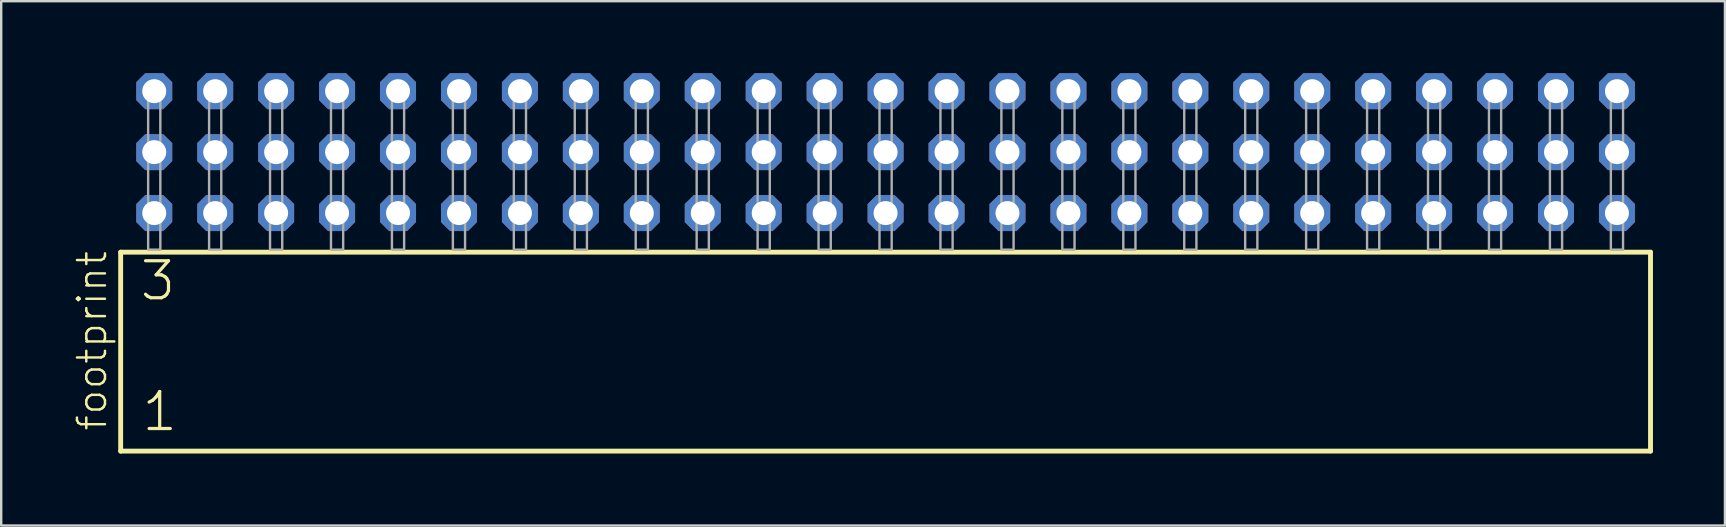
<source format=kicad_pcb>
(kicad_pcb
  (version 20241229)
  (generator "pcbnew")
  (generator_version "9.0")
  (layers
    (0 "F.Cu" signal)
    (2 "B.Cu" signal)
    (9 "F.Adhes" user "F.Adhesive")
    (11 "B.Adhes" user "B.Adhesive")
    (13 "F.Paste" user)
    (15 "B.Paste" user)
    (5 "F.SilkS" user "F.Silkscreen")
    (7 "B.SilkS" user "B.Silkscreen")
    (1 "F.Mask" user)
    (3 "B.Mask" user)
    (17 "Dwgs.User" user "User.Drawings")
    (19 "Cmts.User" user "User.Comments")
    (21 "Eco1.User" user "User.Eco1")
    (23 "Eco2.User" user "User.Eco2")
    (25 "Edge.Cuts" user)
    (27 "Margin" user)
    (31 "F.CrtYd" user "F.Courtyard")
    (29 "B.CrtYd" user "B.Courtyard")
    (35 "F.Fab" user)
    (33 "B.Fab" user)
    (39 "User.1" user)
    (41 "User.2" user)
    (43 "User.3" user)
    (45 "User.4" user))
  (footprint "footprint"
    (layer "F.Cu")
    (at 33.858 7.354)
    (property "Reference" "footprint" (at -32.385 7.62 90) (layer "F.SilkS") (effects (font (size 1.168 1.168) (thickness 0.102)) (justify left bottom)))
    (fp_line (start -31.879 0.106) (end -31.879 8.396) (stroke (width 0.203) (type solid)) (layer "F.SilkS"))
    (fp_line (start -31.879 8.396) (end 31.879 8.396) (stroke (width 0.203) (type solid)) (layer "F.SilkS"))
    (fp_line (start 31.879 0.106) (end -31.879 0.106) (stroke (width 0.203) (type solid)) (layer "F.SilkS"))
    (fp_line (start 31.879 8.396) (end 31.879 0.106) (stroke (width 0.203) (type solid)) (layer "F.SilkS"))
    (fp_poly (pts (xy -30.734 0) (xy -30.226 0) (xy -30.226 -6.858) (xy -30.734 -6.858)) (stroke (width 0.1) (type solid)) (fill no) (layer "F.Fab"))
    (fp_poly (pts (xy -28.194 0) (xy -27.686 0) (xy -27.686 -6.858) (xy -28.194 -6.858)) (stroke (width 0.1) (type solid)) (fill no) (layer "F.Fab"))
    (fp_poly (pts (xy -25.654 0) (xy -25.146 0) (xy -25.146 -6.858) (xy -25.654 -6.858)) (stroke (width 0.1) (type solid)) (fill no) (layer "F.Fab"))
    (fp_poly (pts (xy -23.114 0) (xy -22.606 0) (xy -22.606 -6.858) (xy -23.114 -6.858)) (stroke (width 0.1) (type solid)) (fill no) (layer "F.Fab"))
    (fp_poly (pts (xy -20.574 0) (xy -20.066 0) (xy -20.066 -6.858) (xy -20.574 -6.858)) (stroke (width 0.1) (type solid)) (fill no) (layer "F.Fab"))
    (fp_poly (pts (xy -18.034 0) (xy -17.526 0) (xy -17.526 -6.858) (xy -18.034 -6.858)) (stroke (width 0.1) (type solid)) (fill no) (layer "F.Fab"))
    (fp_poly (pts (xy -15.494 0) (xy -14.986 0) (xy -14.986 -6.858) (xy -15.494 -6.858)) (stroke (width 0.1) (type solid)) (fill no) (layer "F.Fab"))
    (fp_poly (pts (xy -12.954 0) (xy -12.446 0) (xy -12.446 -6.858) (xy -12.954 -6.858)) (stroke (width 0.1) (type solid)) (fill no) (layer "F.Fab"))
    (fp_poly (pts (xy -10.414 0) (xy -9.906 0) (xy -9.906 -6.858) (xy -10.414 -6.858)) (stroke (width 0.1) (type solid)) (fill no) (layer "F.Fab"))
    (fp_poly (pts (xy -7.874 0) (xy -7.366 0) (xy -7.366 -6.858) (xy -7.874 -6.858)) (stroke (width 0.1) (type solid)) (fill no) (layer "F.Fab"))
    (fp_poly (pts (xy -5.334 0) (xy -4.826 0) (xy -4.826 -6.858) (xy -5.334 -6.858)) (stroke (width 0.1) (type solid)) (fill no) (layer "F.Fab"))
    (fp_poly (pts (xy -2.794 0) (xy -2.286 0) (xy -2.286 -6.858) (xy -2.794 -6.858)) (stroke (width 0.1) (type solid)) (fill no) (layer "F.Fab"))
    (fp_poly (pts (xy -0.254 0) (xy 0.254 0) (xy 0.254 -6.858) (xy -0.254 -6.858)) (stroke (width 0.1) (type solid)) (fill no) (layer "F.Fab"))
    (fp_poly (pts (xy 2.286 0) (xy 2.794 0) (xy 2.794 -6.858) (xy 2.286 -6.858)) (stroke (width 0.1) (type solid)) (fill no) (layer "F.Fab"))
    (fp_poly (pts (xy 4.826 0) (xy 5.334 0) (xy 5.334 -6.858) (xy 4.826 -6.858)) (stroke (width 0.1) (type solid)) (fill no) (layer "F.Fab"))
    (fp_poly (pts (xy 7.366 0) (xy 7.874 0) (xy 7.874 -6.858) (xy 7.366 -6.858)) (stroke (width 0.1) (type solid)) (fill no) (layer "F.Fab"))
    (fp_poly (pts (xy 9.906 0) (xy 10.414 0) (xy 10.414 -6.858) (xy 9.906 -6.858)) (stroke (width 0.1) (type solid)) (fill no) (layer "F.Fab"))
    (fp_poly (pts (xy 12.446 0) (xy 12.954 0) (xy 12.954 -6.858) (xy 12.446 -6.858)) (stroke (width 0.1) (type solid)) (fill no) (layer "F.Fab"))
    (fp_poly (pts (xy 14.986 0) (xy 15.494 0) (xy 15.494 -6.858) (xy 14.986 -6.858)) (stroke (width 0.1) (type solid)) (fill no) (layer "F.Fab"))
    (fp_poly (pts (xy 17.526 0) (xy 18.034 0) (xy 18.034 -6.858) (xy 17.526 -6.858)) (stroke (width 0.1) (type solid)) (fill no) (layer "F.Fab"))
    (fp_poly (pts (xy 20.066 0) (xy 20.574 0) (xy 20.574 -6.858) (xy 20.066 -6.858)) (stroke (width 0.1) (type solid)) (fill no) (layer "F.Fab"))
    (fp_poly (pts (xy 22.606 0) (xy 23.114 0) (xy 23.114 -6.858) (xy 22.606 -6.858)) (stroke (width 0.1) (type solid)) (fill no) (layer "F.Fab"))
    (fp_poly (pts (xy 25.146 0) (xy 25.654 0) (xy 25.654 -6.858) (xy 25.146 -6.858)) (stroke (width 0.1) (type solid)) (fill no) (layer "F.Fab"))
    (fp_poly (pts (xy 27.686 0) (xy 28.194 0) (xy 28.194 -6.858) (xy 27.686 -6.858)) (stroke (width 0.1) (type solid)) (fill no) (layer "F.Fab"))
    (fp_poly (pts (xy 30.226 0) (xy 30.734 0) (xy 30.734 -6.858) (xy 30.226 -6.858)) (stroke (width 0.1) (type solid)) (fill no) (layer "F.Fab"))
    (fp_text user "1" (at -31.075 7.65 0) (layer "F.SilkS") (effects (font (size 1.542 1.542) (thickness 0.134)) (justify left bottom)))
    (fp_text user "3" (at -31.15 2.2 0) (layer "F.SilkS") (effects (font (size 1.542 1.542) (thickness 0.134)) (justify left bottom)))
    (pad "1" thru_hole roundrect (at -30.48 -1.524) (size 1.5 1.5) (drill 1) (layers "*.Cu" "*.Mask") (roundrect_rratio 0.25) (chamfer_ratio 0.25) (chamfer top_left top_right bottom_left bottom_right))
    (pad "2" thru_hole roundrect (at -30.48 -4.064) (size 1.5 1.5) (drill 1) (layers "*.Cu" "*.Mask") (roundrect_rratio 0.25) (chamfer_ratio 0.25) (chamfer top_left top_right bottom_left bottom_right))
    (pad "3" thru_hole roundrect (at -30.48 -6.604) (size 1.5 1.5) (drill 1) (layers "*.Cu" "*.Mask") (roundrect_rratio 0.25) (chamfer_ratio 0.25) (chamfer top_left top_right bottom_left bottom_right))
    (pad "4" thru_hole roundrect (at -27.94 -1.524) (size 1.5 1.5) (drill 1) (layers "*.Cu" "*.Mask") (roundrect_rratio 0.25) (chamfer_ratio 0.25) (chamfer top_left top_right bottom_left bottom_right))
    (pad "5" thru_hole roundrect (at -27.94 -4.064) (size 1.5 1.5) (drill 1) (layers "*.Cu" "*.Mask") (roundrect_rratio 0.25) (chamfer_ratio 0.25) (chamfer top_left top_right bottom_left bottom_right))
    (pad "6" thru_hole roundrect (at -27.94 -6.604) (size 1.5 1.5) (drill 1) (layers "*.Cu" "*.Mask") (roundrect_rratio 0.25) (chamfer_ratio 0.25) (chamfer top_left top_right bottom_left bottom_right))
    (pad "7" thru_hole roundrect (at -25.4 -1.524) (size 1.5 1.5) (drill 1) (layers "*.Cu" "*.Mask") (roundrect_rratio 0.25) (chamfer_ratio 0.25) (chamfer top_left top_right bottom_left bottom_right))
    (pad "8" thru_hole roundrect (at -25.4 -4.064) (size 1.5 1.5) (drill 1) (layers "*.Cu" "*.Mask") (roundrect_rratio 0.25) (chamfer_ratio 0.25) (chamfer top_left top_right bottom_left bottom_right))
    (pad "9" thru_hole roundrect (at -25.4 -6.604) (size 1.5 1.5) (drill 1) (layers "*.Cu" "*.Mask") (roundrect_rratio 0.25) (chamfer_ratio 0.25) (chamfer top_left top_right bottom_left bottom_right))
    (pad "10" thru_hole roundrect (at -22.86 -1.524) (size 1.5 1.5) (drill 1) (layers "*.Cu" "*.Mask") (roundrect_rratio 0.25) (chamfer_ratio 0.25) (chamfer top_left top_right bottom_left bottom_right))
    (pad "11" thru_hole roundrect (at -22.86 -4.064) (size 1.5 1.5) (drill 1) (layers "*.Cu" "*.Mask") (roundrect_rratio 0.25) (chamfer_ratio 0.25) (chamfer top_left top_right bottom_left bottom_right))
    (pad "12" thru_hole roundrect (at -22.86 -6.604) (size 1.5 1.5) (drill 1) (layers "*.Cu" "*.Mask") (roundrect_rratio 0.25) (chamfer_ratio 0.25) (chamfer top_left top_right bottom_left bottom_right))
    (pad "13" thru_hole roundrect (at -20.32 -1.524) (size 1.5 1.5) (drill 1) (layers "*.Cu" "*.Mask") (roundrect_rratio 0.25) (chamfer_ratio 0.25) (chamfer top_left top_right bottom_left bottom_right))
    (pad "14" thru_hole roundrect (at -20.32 -4.064) (size 1.5 1.5) (drill 1) (layers "*.Cu" "*.Mask") (roundrect_rratio 0.25) (chamfer_ratio 0.25) (chamfer top_left top_right bottom_left bottom_right))
    (pad "15" thru_hole roundrect (at -20.32 -6.604) (size 1.5 1.5) (drill 1) (layers "*.Cu" "*.Mask") (roundrect_rratio 0.25) (chamfer_ratio 0.25) (chamfer top_left top_right bottom_left bottom_right))
    (pad "16" thru_hole roundrect (at -17.78 -1.524) (size 1.5 1.5) (drill 1) (layers "*.Cu" "*.Mask") (roundrect_rratio 0.25) (chamfer_ratio 0.25) (chamfer top_left top_right bottom_left bottom_right))
    (pad "17" thru_hole roundrect (at -17.78 -4.064) (size 1.5 1.5) (drill 1) (layers "*.Cu" "*.Mask") (roundrect_rratio 0.25) (chamfer_ratio 0.25) (chamfer top_left top_right bottom_left bottom_right))
    (pad "18" thru_hole roundrect (at -17.78 -6.604) (size 1.5 1.5) (drill 1) (layers "*.Cu" "*.Mask") (roundrect_rratio 0.25) (chamfer_ratio 0.25) (chamfer top_left top_right bottom_left bottom_right))
    (pad "19" thru_hole roundrect (at -15.24 -1.524) (size 1.5 1.5) (drill 1) (layers "*.Cu" "*.Mask") (roundrect_rratio 0.25) (chamfer_ratio 0.25) (chamfer top_left top_right bottom_left bottom_right))
    (pad "20" thru_hole roundrect (at -15.24 -4.064) (size 1.5 1.5) (drill 1) (layers "*.Cu" "*.Mask") (roundrect_rratio 0.25) (chamfer_ratio 0.25) (chamfer top_left top_right bottom_left bottom_right))
    (pad "21" thru_hole roundrect (at -15.24 -6.604) (size 1.5 1.5) (drill 1) (layers "*.Cu" "*.Mask") (roundrect_rratio 0.25) (chamfer_ratio 0.25) (chamfer top_left top_right bottom_left bottom_right))
    (pad "22" thru_hole roundrect (at -12.7 -1.524) (size 1.5 1.5) (drill 1) (layers "*.Cu" "*.Mask") (roundrect_rratio 0.25) (chamfer_ratio 0.25) (chamfer top_left top_right bottom_left bottom_right))
    (pad "23" thru_hole roundrect (at -12.7 -4.064) (size 1.5 1.5) (drill 1) (layers "*.Cu" "*.Mask") (roundrect_rratio 0.25) (chamfer_ratio 0.25) (chamfer top_left top_right bottom_left bottom_right))
    (pad "24" thru_hole roundrect (at -12.7 -6.604) (size 1.5 1.5) (drill 1) (layers "*.Cu" "*.Mask") (roundrect_rratio 0.25) (chamfer_ratio 0.25) (chamfer top_left top_right bottom_left bottom_right))
    (pad "25" thru_hole roundrect (at -10.16 -1.524) (size 1.5 1.5) (drill 1) (layers "*.Cu" "*.Mask") (roundrect_rratio 0.25) (chamfer_ratio 0.25) (chamfer top_left top_right bottom_left bottom_right))
    (pad "26" thru_hole roundrect (at -10.16 -4.064) (size 1.5 1.5) (drill 1) (layers "*.Cu" "*.Mask") (roundrect_rratio 0.25) (chamfer_ratio 0.25) (chamfer top_left top_right bottom_left bottom_right))
    (pad "27" thru_hole roundrect (at -10.16 -6.604) (size 1.5 1.5) (drill 1) (layers "*.Cu" "*.Mask") (roundrect_rratio 0.25) (chamfer_ratio 0.25) (chamfer top_left top_right bottom_left bottom_right))
    (pad "28" thru_hole roundrect (at -7.62 -1.524) (size 1.5 1.5) (drill 1) (layers "*.Cu" "*.Mask") (roundrect_rratio 0.25) (chamfer_ratio 0.25) (chamfer top_left top_right bottom_left bottom_right))
    (pad "29" thru_hole roundrect (at -7.62 -4.064) (size 1.5 1.5) (drill 1) (layers "*.Cu" "*.Mask") (roundrect_rratio 0.25) (chamfer_ratio 0.25) (chamfer top_left top_right bottom_left bottom_right))
    (pad "30" thru_hole roundrect (at -7.62 -6.604) (size 1.5 1.5) (drill 1) (layers "*.Cu" "*.Mask") (roundrect_rratio 0.25) (chamfer_ratio 0.25) (chamfer top_left top_right bottom_left bottom_right))
    (pad "31" thru_hole roundrect (at -5.08 -1.524) (size 1.5 1.5) (drill 1) (layers "*.Cu" "*.Mask") (roundrect_rratio 0.25) (chamfer_ratio 0.25) (chamfer top_left top_right bottom_left bottom_right))
    (pad "32" thru_hole roundrect (at -5.08 -4.064) (size 1.5 1.5) (drill 1) (layers "*.Cu" "*.Mask") (roundrect_rratio 0.25) (chamfer_ratio 0.25) (chamfer top_left top_right bottom_left bottom_right))
    (pad "33" thru_hole roundrect (at -5.08 -6.604) (size 1.5 1.5) (drill 1) (layers "*.Cu" "*.Mask") (roundrect_rratio 0.25) (chamfer_ratio 0.25) (chamfer top_left top_right bottom_left bottom_right))
    (pad "34" thru_hole roundrect (at -2.54 -1.524) (size 1.5 1.5) (drill 1) (layers "*.Cu" "*.Mask") (roundrect_rratio 0.25) (chamfer_ratio 0.25) (chamfer top_left top_right bottom_left bottom_right))
    (pad "35" thru_hole roundrect (at -2.54 -4.064) (size 1.5 1.5) (drill 1) (layers "*.Cu" "*.Mask") (roundrect_rratio 0.25) (chamfer_ratio 0.25) (chamfer top_left top_right bottom_left bottom_right))
    (pad "36" thru_hole roundrect (at -2.54 -6.604) (size 1.5 1.5) (drill 1) (layers "*.Cu" "*.Mask") (roundrect_rratio 0.25) (chamfer_ratio 0.25) (chamfer top_left top_right bottom_left bottom_right))
    (pad "37" thru_hole roundrect (at 0 -1.524) (size 1.5 1.5) (drill 1) (layers "*.Cu" "*.Mask") (roundrect_rratio 0.25) (chamfer_ratio 0.25) (chamfer top_left top_right bottom_left bottom_right))
    (pad "38" thru_hole roundrect (at 0 -4.064) (size 1.5 1.5) (drill 1) (layers "*.Cu" "*.Mask") (roundrect_rratio 0.25) (chamfer_ratio 0.25) (chamfer top_left top_right bottom_left bottom_right))
    (pad "39" thru_hole roundrect (at 0 -6.604) (size 1.5 1.5) (drill 1) (layers "*.Cu" "*.Mask") (roundrect_rratio 0.25) (chamfer_ratio 0.25) (chamfer top_left top_right bottom_left bottom_right))
    (pad "40" thru_hole roundrect (at 2.54 -1.524) (size 1.5 1.5) (drill 1) (layers "*.Cu" "*.Mask") (roundrect_rratio 0.25) (chamfer_ratio 0.25) (chamfer top_left top_right bottom_left bottom_right))
    (pad "41" thru_hole roundrect (at 2.54 -4.064) (size 1.5 1.5) (drill 1) (layers "*.Cu" "*.Mask") (roundrect_rratio 0.25) (chamfer_ratio 0.25) (chamfer top_left top_right bottom_left bottom_right))
    (pad "42" thru_hole roundrect (at 2.54 -6.604) (size 1.5 1.5) (drill 1) (layers "*.Cu" "*.Mask") (roundrect_rratio 0.25) (chamfer_ratio 0.25) (chamfer top_left top_right bottom_left bottom_right))
    (pad "43" thru_hole roundrect (at 5.08 -1.524) (size 1.5 1.5) (drill 1) (layers "*.Cu" "*.Mask") (roundrect_rratio 0.25) (chamfer_ratio 0.25) (chamfer top_left top_right bottom_left bottom_right))
    (pad "44" thru_hole roundrect (at 5.08 -4.064) (size 1.5 1.5) (drill 1) (layers "*.Cu" "*.Mask") (roundrect_rratio 0.25) (chamfer_ratio 0.25) (chamfer top_left top_right bottom_left bottom_right))
    (pad "45" thru_hole roundrect (at 5.08 -6.604) (size 1.5 1.5) (drill 1) (layers "*.Cu" "*.Mask") (roundrect_rratio 0.25) (chamfer_ratio 0.25) (chamfer top_left top_right bottom_left bottom_right))
    (pad "46" thru_hole roundrect (at 7.62 -1.524) (size 1.5 1.5) (drill 1) (layers "*.Cu" "*.Mask") (roundrect_rratio 0.25) (chamfer_ratio 0.25) (chamfer top_left top_right bottom_left bottom_right))
    (pad "47" thru_hole roundrect (at 7.62 -4.064) (size 1.5 1.5) (drill 1) (layers "*.Cu" "*.Mask") (roundrect_rratio 0.25) (chamfer_ratio 0.25) (chamfer top_left top_right bottom_left bottom_right))
    (pad "48" thru_hole roundrect (at 7.62 -6.604) (size 1.5 1.5) (drill 1) (layers "*.Cu" "*.Mask") (roundrect_rratio 0.25) (chamfer_ratio 0.25) (chamfer top_left top_right bottom_left bottom_right))
    (pad "49" thru_hole roundrect (at 10.16 -1.524) (size 1.5 1.5) (drill 1) (layers "*.Cu" "*.Mask") (roundrect_rratio 0.25) (chamfer_ratio 0.25) (chamfer top_left top_right bottom_left bottom_right))
    (pad "50" thru_hole roundrect (at 10.16 -4.064) (size 1.5 1.5) (drill 1) (layers "*.Cu" "*.Mask") (roundrect_rratio 0.25) (chamfer_ratio 0.25) (chamfer top_left top_right bottom_left bottom_right))
    (pad "51" thru_hole roundrect (at 10.16 -6.604) (size 1.5 1.5) (drill 1) (layers "*.Cu" "*.Mask") (roundrect_rratio 0.25) (chamfer_ratio 0.25) (chamfer top_left top_right bottom_left bottom_right))
    (pad "52" thru_hole roundrect (at 12.7 -1.524) (size 1.5 1.5) (drill 1) (layers "*.Cu" "*.Mask") (roundrect_rratio 0.25) (chamfer_ratio 0.25) (chamfer top_left top_right bottom_left bottom_right))
    (pad "53" thru_hole roundrect (at 12.7 -4.064) (size 1.5 1.5) (drill 1) (layers "*.Cu" "*.Mask") (roundrect_rratio 0.25) (chamfer_ratio 0.25) (chamfer top_left top_right bottom_left bottom_right))
    (pad "54" thru_hole roundrect (at 12.7 -6.604) (size 1.5 1.5) (drill 1) (layers "*.Cu" "*.Mask") (roundrect_rratio 0.25) (chamfer_ratio 0.25) (chamfer top_left top_right bottom_left bottom_right))
    (pad "55" thru_hole roundrect (at 15.24 -1.524) (size 1.5 1.5) (drill 1) (layers "*.Cu" "*.Mask") (roundrect_rratio 0.25) (chamfer_ratio 0.25) (chamfer top_left top_right bottom_left bottom_right))
    (pad "56" thru_hole roundrect (at 15.24 -4.064) (size 1.5 1.5) (drill 1) (layers "*.Cu" "*.Mask") (roundrect_rratio 0.25) (chamfer_ratio 0.25) (chamfer top_left top_right bottom_left bottom_right))
    (pad "57" thru_hole roundrect (at 15.24 -6.604) (size 1.5 1.5) (drill 1) (layers "*.Cu" "*.Mask") (roundrect_rratio 0.25) (chamfer_ratio 0.25) (chamfer top_left top_right bottom_left bottom_right))
    (pad "58" thru_hole roundrect (at 17.78 -1.524) (size 1.5 1.5) (drill 1) (layers "*.Cu" "*.Mask") (roundrect_rratio 0.25) (chamfer_ratio 0.25) (chamfer top_left top_right bottom_left bottom_right))
    (pad "59" thru_hole roundrect (at 17.78 -4.064) (size 1.5 1.5) (drill 1) (layers "*.Cu" "*.Mask") (roundrect_rratio 0.25) (chamfer_ratio 0.25) (chamfer top_left top_right bottom_left bottom_right))
    (pad "60" thru_hole roundrect (at 17.78 -6.604) (size 1.5 1.5) (drill 1) (layers "*.Cu" "*.Mask") (roundrect_rratio 0.25) (chamfer_ratio 0.25) (chamfer top_left top_right bottom_left bottom_right))
    (pad "61" thru_hole roundrect (at 20.32 -1.524) (size 1.5 1.5) (drill 1) (layers "*.Cu" "*.Mask") (roundrect_rratio 0.25) (chamfer_ratio 0.25) (chamfer top_left top_right bottom_left bottom_right))
    (pad "62" thru_hole roundrect (at 20.32 -4.064) (size 1.5 1.5) (drill 1) (layers "*.Cu" "*.Mask") (roundrect_rratio 0.25) (chamfer_ratio 0.25) (chamfer top_left top_right bottom_left bottom_right))
    (pad "63" thru_hole roundrect (at 20.32 -6.604) (size 1.5 1.5) (drill 1) (layers "*.Cu" "*.Mask") (roundrect_rratio 0.25) (chamfer_ratio 0.25) (chamfer top_left top_right bottom_left bottom_right))
    (pad "64" thru_hole roundrect (at 22.86 -1.524) (size 1.5 1.5) (drill 1) (layers "*.Cu" "*.Mask") (roundrect_rratio 0.25) (chamfer_ratio 0.25) (chamfer top_left top_right bottom_left bottom_right))
    (pad "65" thru_hole roundrect (at 22.86 -4.064) (size 1.5 1.5) (drill 1) (layers "*.Cu" "*.Mask") (roundrect_rratio 0.25) (chamfer_ratio 0.25) (chamfer top_left top_right bottom_left bottom_right))
    (pad "66" thru_hole roundrect (at 22.86 -6.604) (size 1.5 1.5) (drill 1) (layers "*.Cu" "*.Mask") (roundrect_rratio 0.25) (chamfer_ratio 0.25) (chamfer top_left top_right bottom_left bottom_right))
    (pad "67" thru_hole roundrect (at 25.4 -1.524) (size 1.5 1.5) (drill 1) (layers "*.Cu" "*.Mask") (roundrect_rratio 0.25) (chamfer_ratio 0.25) (chamfer top_left top_right bottom_left bottom_right))
    (pad "68" thru_hole roundrect (at 25.4 -4.064) (size 1.5 1.5) (drill 1) (layers "*.Cu" "*.Mask") (roundrect_rratio 0.25) (chamfer_ratio 0.25) (chamfer top_left top_right bottom_left bottom_right))
    (pad "69" thru_hole roundrect (at 25.4 -6.604) (size 1.5 1.5) (drill 1) (layers "*.Cu" "*.Mask") (roundrect_rratio 0.25) (chamfer_ratio 0.25) (chamfer top_left top_right bottom_left bottom_right))
    (pad "70" thru_hole roundrect (at 27.94 -1.524) (size 1.5 1.5) (drill 1) (layers "*.Cu" "*.Mask") (roundrect_rratio 0.25) (chamfer_ratio 0.25) (chamfer top_left top_right bottom_left bottom_right))
    (pad "71" thru_hole roundrect (at 27.94 -4.064) (size 1.5 1.5) (drill 1) (layers "*.Cu" "*.Mask") (roundrect_rratio 0.25) (chamfer_ratio 0.25) (chamfer top_left top_right bottom_left bottom_right))
    (pad "72" thru_hole roundrect (at 27.94 -6.604) (size 1.5 1.5) (drill 1) (layers "*.Cu" "*.Mask") (roundrect_rratio 0.25) (chamfer_ratio 0.25) (chamfer top_left top_right bottom_left bottom_right))
    (pad "73" thru_hole roundrect (at 30.48 -1.524) (size 1.5 1.5) (drill 1) (layers "*.Cu" "*.Mask") (roundrect_rratio 0.25) (chamfer_ratio 0.25) (chamfer top_left top_right bottom_left bottom_right))
    (pad "74" thru_hole roundrect (at 30.48 -4.064) (size 1.5 1.5) (drill 1) (layers "*.Cu" "*.Mask") (roundrect_rratio 0.25) (chamfer_ratio 0.25) (chamfer top_left top_right bottom_left bottom_right))
    (pad "75" thru_hole roundrect (at 30.48 -6.604) (size 1.5 1.5) (drill 1) (layers "*.Cu" "*.Mask") (roundrect_rratio 0.25) (chamfer_ratio 0.25) (chamfer top_left top_right bottom_left bottom_right)))
  (gr_rect
    (start -3 -3)
    (end 68.839 18.852)
    (stroke (width 0.1) (type default))
    (fill no)
    (layer "Edge.Cuts")))
</source>
